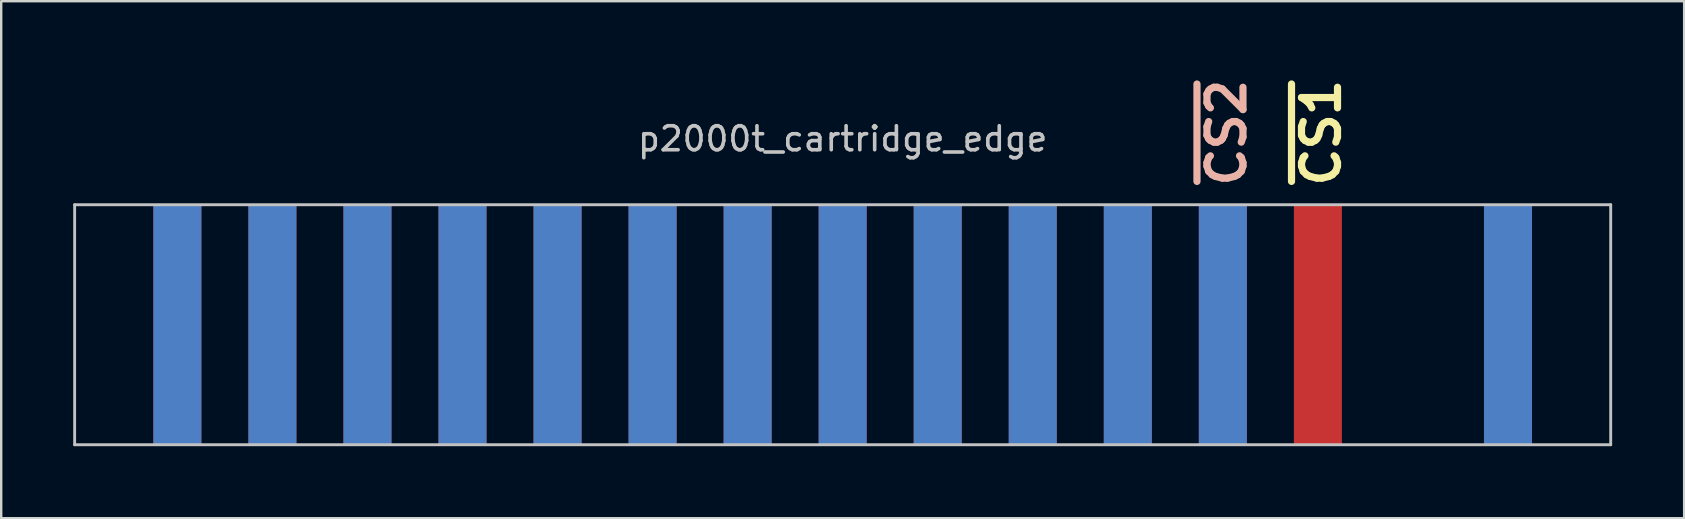
<source format=kicad_pcb>
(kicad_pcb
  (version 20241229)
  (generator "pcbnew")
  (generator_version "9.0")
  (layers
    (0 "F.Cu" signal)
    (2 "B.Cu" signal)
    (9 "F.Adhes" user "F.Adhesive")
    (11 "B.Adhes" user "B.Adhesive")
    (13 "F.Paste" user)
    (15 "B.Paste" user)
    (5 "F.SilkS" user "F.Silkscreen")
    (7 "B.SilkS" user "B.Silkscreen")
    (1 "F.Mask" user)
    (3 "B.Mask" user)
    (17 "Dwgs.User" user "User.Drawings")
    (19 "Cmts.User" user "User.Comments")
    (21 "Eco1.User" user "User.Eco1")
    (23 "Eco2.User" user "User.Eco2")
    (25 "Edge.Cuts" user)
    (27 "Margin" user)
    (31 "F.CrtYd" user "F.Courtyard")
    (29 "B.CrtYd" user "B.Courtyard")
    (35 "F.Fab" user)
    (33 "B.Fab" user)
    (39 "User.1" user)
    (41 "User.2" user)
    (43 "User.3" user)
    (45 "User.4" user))
  (footprint "p2000t_cartridge_edge"
    (layer "F.Cu")
    (at 32.06 10.48)
    (property "Reference" "p2000t_cartridge_edge" (at 0 -7.747 0) (layer "Dwgs.User") (effects (font (size 1 1) (thickness 0.15))))
    (attr smd)
    (fp_line (start -32 -5) (end -32 5) (stroke (width 0.12) (type solid)) (layer "Dwgs.User"))
    (fp_line (start -32 5) (end 32 5) (stroke (width 0.12) (type solid)) (layer "Dwgs.User"))
    (fp_line (start 32 -5) (end -32 -5) (stroke (width 0.12) (type solid)) (layer "Dwgs.User"))
    (fp_line (start 32 5) (end 32 -5) (stroke (width 0.12) (type solid)) (layer "Dwgs.User"))
    (fp_text user "~{CS1}" (at 19.939 -8.001 90) (layer "F.SilkS") (effects (font (size 1.5 1.5) (thickness 0.3))))
    (fp_text user "~{CS2}" (at 16 -8.001 90) (layer "B.SilkS") (effects (font (size 1.5 1.5) (thickness 0.3))))
    (pad "1a" smd rect (at -27.72 0) (size 2 10) (layers "F.Cu" "F.Mask" "F.Paste"))
    (pad "1b" smd rect (at -27.72 0) (size 2 10) (layers "B.Cu" "B.Mask" "B.Paste"))
    (pad "2a" smd rect (at -23.76 0) (size 2 10) (layers "F.Cu" "F.Mask" "F.Paste"))
    (pad "2b" smd rect (at -23.76 0) (size 2 10) (layers "B.Cu" "B.Mask" "B.Paste"))
    (pad "3a" smd rect (at -19.8 0) (size 2 10) (layers "F.Cu" "F.Mask" "F.Paste"))
    (pad "3b" smd rect (at -19.8 0) (size 2 10) (layers "B.Cu" "B.Mask" "B.Paste"))
    (pad "4a" smd rect (at -15.84 0) (size 2 10) (layers "F.Cu" "F.Mask" "F.Paste"))
    (pad "4b" smd rect (at -15.84 0) (size 2 10) (layers "B.Cu" "B.Mask" "B.Paste"))
    (pad "5a" smd rect (at -11.88 0) (size 2 10) (layers "F.Cu" "F.Mask" "F.Paste"))
    (pad "5b" smd rect (at -11.88 0) (size 2 10) (layers "B.Cu" "B.Mask" "B.Paste"))
    (pad "6a" smd rect (at -7.92 0) (size 2 10) (layers "F.Cu" "F.Mask" "F.Paste"))
    (pad "6b" smd rect (at -7.92 0) (size 2 10) (layers "B.Cu" "B.Mask" "B.Paste"))
    (pad "7a" smd rect (at -3.96 0) (size 2 10) (layers "F.Cu" "F.Mask" "F.Paste"))
    (pad "7b" smd rect (at -3.96 0) (size 2 10) (layers "B.Cu" "B.Mask" "B.Paste"))
    (pad "8a" smd rect (at 0 0) (size 2 10) (layers "F.Cu" "F.Mask" "F.Paste"))
    (pad "8b" smd rect (at 0 0) (size 2 10) (layers "B.Cu" "B.Mask" "B.Paste"))
    (pad "9a" smd rect (at 3.96 0) (size 2 10) (layers "F.Cu" "F.Mask" "F.Paste"))
    (pad "9b" smd rect (at 3.96 0) (size 2 10) (layers "B.Cu" "B.Mask" "B.Paste"))
    (pad "10a" smd rect (at 7.92 0) (size 2 10) (layers "F.Cu" "F.Mask" "F.Paste"))
    (pad "10b" smd rect (at 7.92 0) (size 2 10) (layers "B.Cu" "B.Mask" "B.Paste"))
    (pad "11a" smd rect (at 11.88 0) (size 2 10) (layers "F.Cu" "F.Mask" "F.Paste"))
    (pad "11b" smd rect (at 11.88 0) (size 2 10) (layers "B.Cu" "B.Mask" "B.Paste"))
    (pad "12a" smd rect (at 15.84 0) (size 2 10) (layers "F.Cu" "F.Mask" "F.Paste"))
    (pad "12b" smd rect (at 15.84 0) (size 2 10) (layers "B.Cu" "B.Mask" "B.Paste"))
    (pad "13a" smd rect (at 19.8 0) (size 2 10) (layers "F.Cu" "F.Mask" "F.Paste"))
    (pad "15a" smd rect (at 27.72 0) (size 2 10) (layers "F.Cu" "F.Mask" "F.Paste"))
    (pad "15b" smd rect (at 27.72 0) (size 2 10) (layers "B.Cu" "B.Mask" "B.Paste")))
  (gr_rect
    (start -3 -3)
    (end 67.12 18.54)
    (stroke (width 0.1) (type default))
    (fill no)
    (layer "Edge.Cuts")))
</source>
